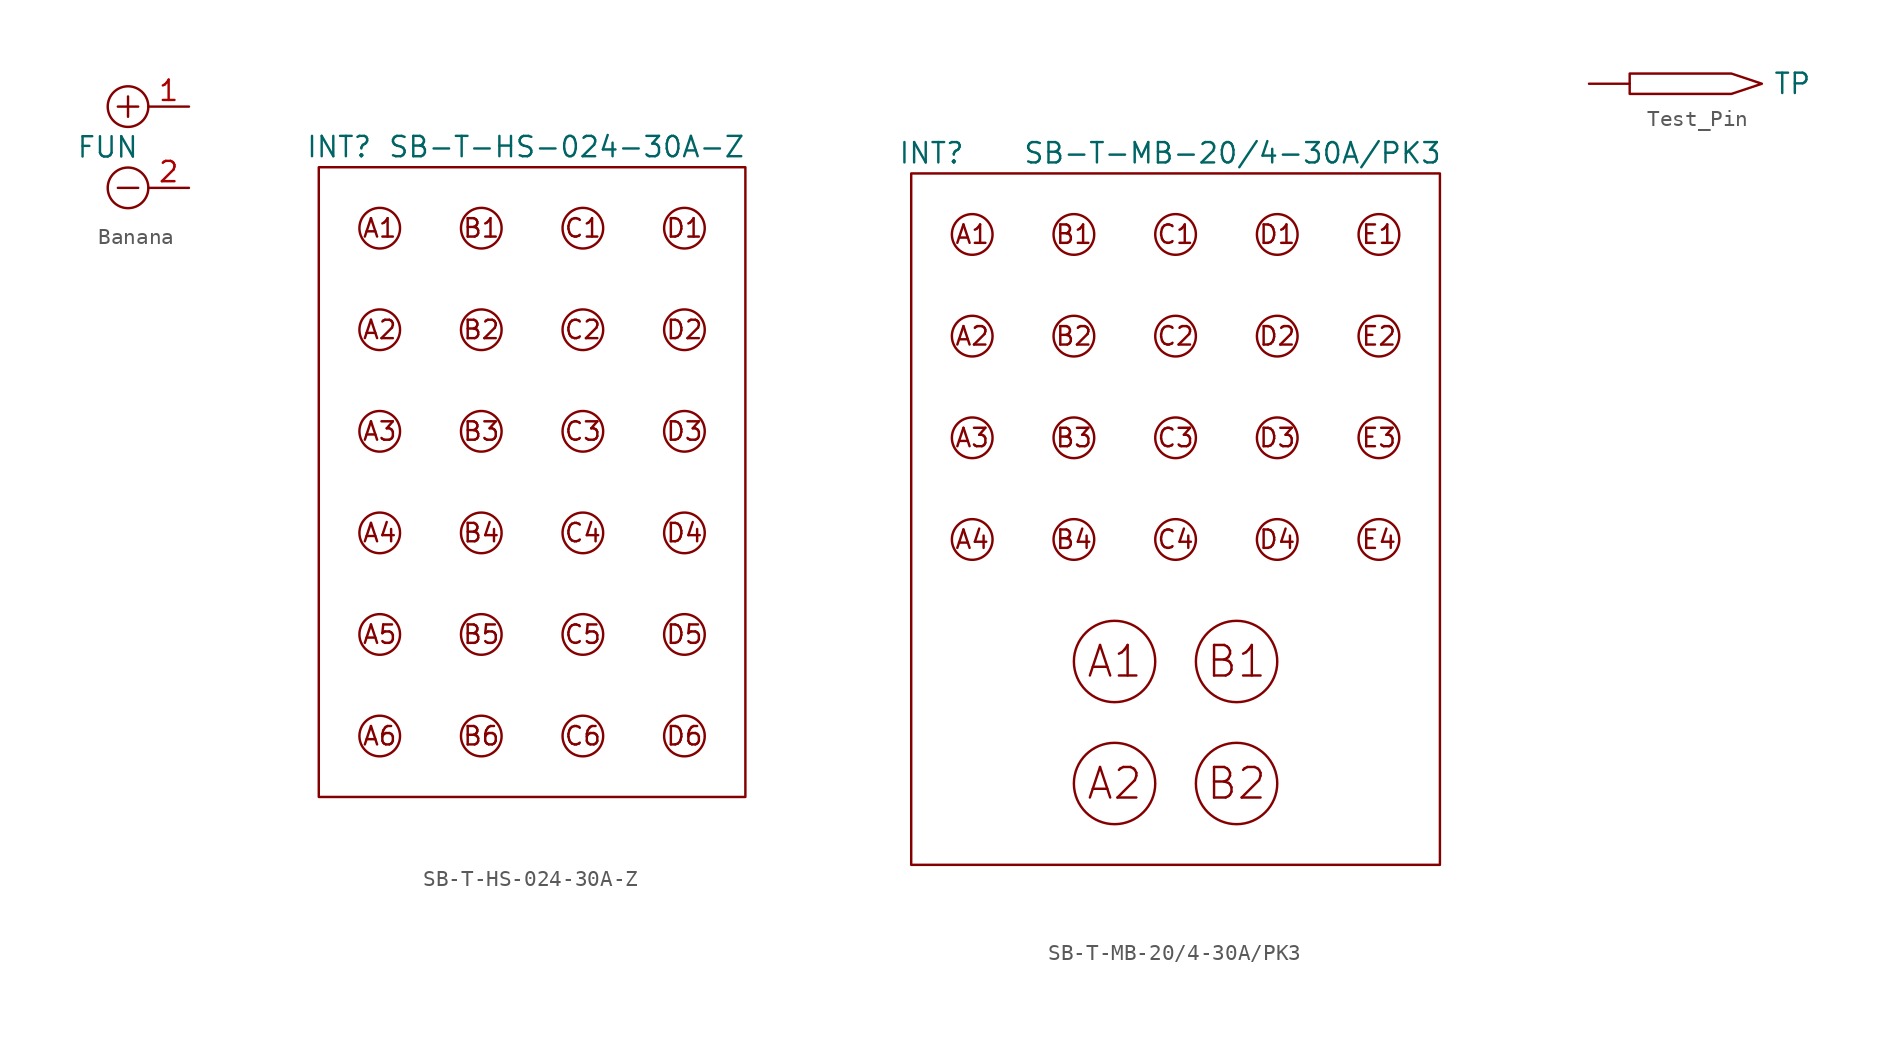
<source format=kicad_sym>
(kicad_symbol_lib
  (version 20241209)
  (generator "kicad_symbol_editor")
  (generator_version "9.0")
  (symbol "Banana"
    (property "Reference" "U"
      (at 0 -5.08 0)
      (effects (font (size 1.27 1.27)) (hide yes)))
    (property "Value" "FUN"
      (at -5.08 -2.54 0)
      (effects (font (size 1.27 1.27))))
    (symbol "Banana_0_1"
      (polyline (pts (xy -4.445 0) (xy -3.175 0)) (stroke (width 0) (type default)) (fill (type none)))
      (polyline (pts (xy -4.445 -5.08) (xy -3.175 -5.08)) (stroke (width 0) (type default)) (fill (type none)))
      (polyline (pts (xy -3.81 0.635) (xy -3.81 -0.635)) (stroke (width 0) (type default)) (fill (type none)))
      (circle (center -3.81 0) (radius 1.27) (stroke (width 0) (type default)) (fill (type none)))
      (circle (center -3.81 -5.08) (radius 1.27) (stroke (width 0) (type default)) (fill (type none))))
    (symbol "Banana_1_1"
      (pin passive line (at 0 0 180) (length 2.54) (name "" (effects (font (size 1.27 1.27)))) (number "1" (effects (font (size 1.27 1.27)))))
      (pin passive line (at 0 -5.08 180) (length 2.54) (name "" (effects (font (size 1.27 1.27)))) (number "2" (effects (font (size 1.27 1.27)))))))
  (symbol "SB-T-HS-024-30A-Z"
    (property "Reference" "INT"
      (at -2.54 5.08 0)
      (effects (font (size 1.27 1.27))))
    (property "Value" "SB-T-HS-024-30A-Z"
      (at 11.684 5.08 0)
      (effects (font (size 1.27 1.27))))
    (symbol "SB-T-HS-024-30A-Z_0_1"
      (circle (center 0 0) (radius 1.27) (stroke (width 0) (type default)) (fill (type none)))
      (circle (center 0 -6.35) (radius 1.27) (stroke (width 0) (type default)) (fill (type none)))
      (circle (center 0 -12.7) (radius 1.27) (stroke (width 0) (type default)) (fill (type none)))
      (circle (center 0 -19.05) (radius 1.27) (stroke (width 0) (type default)) (fill (type none)))
      (circle (center 0 -25.4) (radius 1.27) (stroke (width 0) (type default)) (fill (type none)))
      (circle (center 0 -31.75) (radius 1.27) (stroke (width 0) (type default)) (fill (type none)))
      (circle (center 6.35 0) (radius 1.27) (stroke (width 0) (type default)) (fill (type none)))
      (circle (center 6.35 -6.35) (radius 1.27) (stroke (width 0) (type default)) (fill (type none)))
      (circle (center 6.35 -12.7) (radius 1.27) (stroke (width 0) (type default)) (fill (type none)))
      (circle (center 6.35 -19.05) (radius 1.27) (stroke (width 0) (type default)) (fill (type none)))
      (circle (center 6.35 -25.4) (radius 1.27) (stroke (width 0) (type default)) (fill (type none)))
      (circle (center 6.35 -31.75) (radius 1.27) (stroke (width 0) (type default)) (fill (type none)))
      (circle (center 12.7 0) (radius 1.27) (stroke (width 0) (type default)) (fill (type none)))
      (circle (center 12.7 -6.35) (radius 1.27) (stroke (width 0) (type default)) (fill (type none)))
      (circle (center 12.7 -12.7) (radius 1.27) (stroke (width 0) (type default)) (fill (type none)))
      (circle (center 12.7 -19.05) (radius 1.27) (stroke (width 0) (type default)) (fill (type none)))
      (circle (center 12.7 -25.4) (radius 1.27) (stroke (width 0) (type default)) (fill (type none)))
      (circle (center 12.7 -31.75) (radius 1.27) (stroke (width 0) (type default)) (fill (type none)))
      (circle (center 19.05 0) (radius 1.27) (stroke (width 0) (type default)) (fill (type none)))
      (circle (center 19.05 -6.35) (radius 1.27) (stroke (width 0) (type default)) (fill (type none)))
      (circle (center 19.05 -12.7) (radius 1.27) (stroke (width 0) (type default)) (fill (type none)))
      (circle (center 19.05 -19.05) (radius 1.27) (stroke (width 0) (type default)) (fill (type none)))
      (circle (center 19.05 -25.4) (radius 1.27) (stroke (width 0) (type default)) (fill (type none)))
      (circle (center 19.05 -31.75) (radius 1.27) (stroke (width 0) (type default)) (fill (type none))))
    (symbol "SB-T-HS-024-30A-Z_1_1"
      (rectangle (start -3.81 3.81) (end 22.86 -35.56) (stroke (width 0) (type default)) (fill (type none)))
      (text "A1" (at 0 0 0) (effects (font (size 1.15 1.15))))
      (text "A2" (at 0 -6.35 0) (effects (font (size 1.15 1.15))))
      (text "A3" (at 0 -12.7 0) (effects (font (size 1.15 1.15))))
      (text "A4" (at 0 -19.05 0) (effects (font (size 1.15 1.15))))
      (text "A5" (at 0 -25.4 0) (effects (font (size 1.15 1.15))))
      (text "A6" (at 0 -31.75 0) (effects (font (size 1.15 1.15))))
      (text "B1" (at 6.35 0 0) (effects (font (size 1.15 1.15))))
      (text "B2" (at 6.35 -6.35 0) (effects (font (size 1.15 1.15))))
      (text "B3" (at 6.35 -12.7 0) (effects (font (size 1.15 1.15))))
      (text "B4" (at 6.35 -19.05 0) (effects (font (size 1.15 1.15))))
      (text "B5" (at 6.35 -25.4 0) (effects (font (size 1.15 1.15))))
      (text "B6" (at 6.35 -31.75 0) (effects (font (size 1.15 1.15))))
      (text "C1" (at 12.7 0 0) (effects (font (size 1.15 1.15))))
      (text "C2" (at 12.7 -6.35 0) (effects (font (size 1.15 1.15))))
      (text "C3" (at 12.7 -12.7 0) (effects (font (size 1.15 1.15))))
      (text "C4" (at 12.7 -19.05 0) (effects (font (size 1.15 1.15))))
      (text "C5" (at 12.7 -25.4 0) (effects (font (size 1.15 1.15))))
      (text "C6" (at 12.7 -31.75 0) (effects (font (size 1.15 1.15))))
      (text "D1" (at 19.05 0 0) (effects (font (size 1.15 1.15))))
      (text "D2" (at 19.05 -6.35 0) (effects (font (size 1.15 1.15))))
      (text "D3" (at 19.05 -12.7 0) (effects (font (size 1.15 1.15))))
      (text "D4" (at 19.05 -19.05 0) (effects (font (size 1.15 1.15))))
      (text "D5" (at 19.05 -25.4 0) (effects (font (size 1.15 1.15))))
      (text "D6" (at 19.05 -31.75 0) (effects (font (size 1.15 1.15))))))
  (symbol "SB-T-MB-20/4-30A/PK3"
    (property "Reference" "INT"
      (at -2.54 5.08 0)
      (effects (font (size 1.27 1.27))))
    (property "Value" "SB-T-MB-20/4-30A/PK3"
      (at 16.256 5.08 0)
      (effects (font (size 1.27 1.27))))
    (symbol "SB-T-MB-20/4-30A/PK3_0_1"
      (circle (center 0 0) (radius 1.27) (stroke (width 0) (type default)) (fill (type none)))
      (circle (center 0 -6.35) (radius 1.27) (stroke (width 0) (type default)) (fill (type none)))
      (circle (center 0 -12.7) (radius 1.27) (stroke (width 0) (type default)) (fill (type none)))
      (circle (center 0 -19.05) (radius 1.27) (stroke (width 0) (type default)) (fill (type none)))
      (circle (center 6.35 0) (radius 1.27) (stroke (width 0) (type default)) (fill (type none)))
      (circle (center 6.35 -6.35) (radius 1.27) (stroke (width 0) (type default)) (fill (type none)))
      (circle (center 6.35 -12.7) (radius 1.27) (stroke (width 0) (type default)) (fill (type none)))
      (circle (center 6.35 -19.05) (radius 1.27) (stroke (width 0) (type default)) (fill (type none)))
      (circle (center 8.89 -26.67) (radius 2.54) (stroke (width 0) (type default)) (fill (type none)))
      (circle (center 8.89 -34.29) (radius 2.54) (stroke (width 0) (type default)) (fill (type none)))
      (circle (center 12.7 0) (radius 1.27) (stroke (width 0) (type default)) (fill (type none)))
      (circle (center 12.7 -6.35) (radius 1.27) (stroke (width 0) (type default)) (fill (type none)))
      (circle (center 12.7 -12.7) (radius 1.27) (stroke (width 0) (type default)) (fill (type none)))
      (circle (center 12.7 -19.05) (radius 1.27) (stroke (width 0) (type default)) (fill (type none)))
      (circle (center 16.51 -26.67) (radius 2.54) (stroke (width 0) (type default)) (fill (type none)))
      (circle (center 16.51 -34.29) (radius 2.54) (stroke (width 0) (type default)) (fill (type none)))
      (circle (center 19.05 0) (radius 1.27) (stroke (width 0) (type default)) (fill (type none)))
      (circle (center 19.05 -6.35) (radius 1.27) (stroke (width 0) (type default)) (fill (type none)))
      (circle (center 19.05 -12.7) (radius 1.27) (stroke (width 0) (type default)) (fill (type none)))
      (circle (center 19.05 -19.05) (radius 1.27) (stroke (width 0) (type default)) (fill (type none)))
      (circle (center 25.4 0) (radius 1.27) (stroke (width 0) (type default)) (fill (type none)))
      (circle (center 25.4 -6.35) (radius 1.27) (stroke (width 0) (type default)) (fill (type none)))
      (circle (center 25.4 -12.7) (radius 1.27) (stroke (width 0) (type default)) (fill (type none)))
      (circle (center 25.4 -19.05) (radius 1.27) (stroke (width 0) (type default)) (fill (type none))))
    (symbol "SB-T-MB-20/4-30A/PK3_1_1"
      (rectangle (start -3.81 3.81) (end 29.21 -39.37) (stroke (width 0) (type default)) (fill (type none)))
      (text "A1" (at 0 0 0) (effects (font (size 1.15 1.15))))
      (text "A2" (at 0 -6.35 0) (effects (font (size 1.15 1.15))))
      (text "A3" (at 0 -12.7 0) (effects (font (size 1.15 1.15))))
      (text "A4" (at 0 -19.05 0) (effects (font (size 1.15 1.15))))
      (text "B1" (at 6.35 0 0) (effects (font (size 1.15 1.15))))
      (text "B2" (at 6.35 -6.35 0) (effects (font (size 1.15 1.15))))
      (text "B3" (at 6.35 -12.7 0) (effects (font (size 1.15 1.15))))
      (text "B4" (at 6.35 -19.05 0) (effects (font (size 1.15 1.15))))
      (text "A1" (at 8.89 -26.67 0) (effects (font (size 1.905 1.905))))
      (text "A2" (at 8.89 -34.29 0) (effects (font (size 1.905 1.905))))
      (text "C1" (at 12.7 0 0) (effects (font (size 1.15 1.15))))
      (text "C2" (at 12.7 -6.35 0) (effects (font (size 1.15 1.15))))
      (text "C3" (at 12.7 -12.7 0) (effects (font (size 1.15 1.15))))
      (text "C4" (at 12.7 -19.05 0) (effects (font (size 1.15 1.15))))
      (text "B1" (at 16.51 -26.67 0) (effects (font (size 1.905 1.905))))
      (text "B2" (at 16.51 -34.29 0) (effects (font (size 1.905 1.905))))
      (text "D1" (at 19.05 0 0) (effects (font (size 1.15 1.15))))
      (text "D2" (at 19.05 -6.35 0) (effects (font (size 1.15 1.15))))
      (text "D3" (at 19.05 -12.7 0) (effects (font (size 1.15 1.15))))
      (text "D4" (at 19.05 -19.05 0) (effects (font (size 1.15 1.15))))
      (text "E1" (at 25.4 0 0) (effects (font (size 1.15 1.15))))
      (text "E2" (at 25.4 -6.35 0) (effects (font (size 1.15 1.15))))
      (text "E3" (at 25.4 -12.7 0) (effects (font (size 1.15 1.15))))
      (text "E4" (at 25.4 -19.05 0) (effects (font (size 1.15 1.15))))))
  (symbol "Test_Pin"
    (property "Reference" "TP"
      (at -1.27 0 0)
      (effects (font (size 1.27 1.27)) (hide yes)))
    (property "Value" "TP"
      (at 6.35 0 0)
      (effects (font (size 1.27 1.27))))
    (symbol "Test_Pin_0_1"
      (polyline (pts (xy -3.81 0.635) (xy 2.54 0.635) (xy 4.445 0) (xy 2.54 -0.635) (xy -3.81 -0.635) (xy -3.81 0.635)) (stroke (width 0) (type default)) (fill (type none))))
    (symbol "Test_Pin_1_1"
      (pin passive line (at -6.35 0 0) (length 2.54) (name "" (effects (font (size 1.27 1.27)))) (number "" (effects (font (size 1.27 1.27))))))))
</source>
